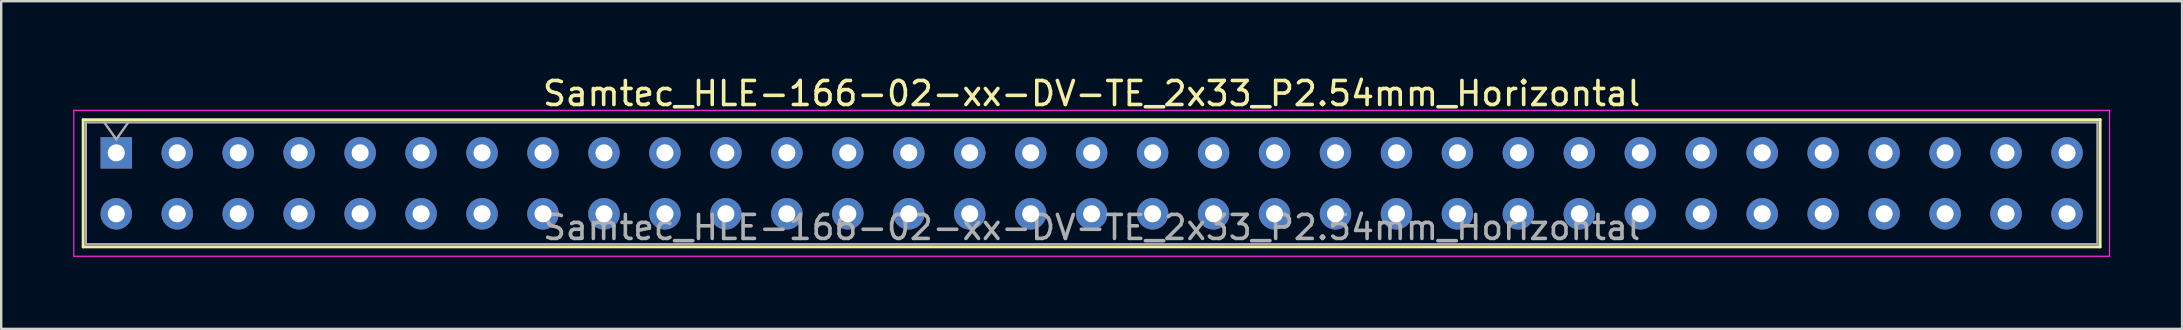
<source format=kicad_pcb>
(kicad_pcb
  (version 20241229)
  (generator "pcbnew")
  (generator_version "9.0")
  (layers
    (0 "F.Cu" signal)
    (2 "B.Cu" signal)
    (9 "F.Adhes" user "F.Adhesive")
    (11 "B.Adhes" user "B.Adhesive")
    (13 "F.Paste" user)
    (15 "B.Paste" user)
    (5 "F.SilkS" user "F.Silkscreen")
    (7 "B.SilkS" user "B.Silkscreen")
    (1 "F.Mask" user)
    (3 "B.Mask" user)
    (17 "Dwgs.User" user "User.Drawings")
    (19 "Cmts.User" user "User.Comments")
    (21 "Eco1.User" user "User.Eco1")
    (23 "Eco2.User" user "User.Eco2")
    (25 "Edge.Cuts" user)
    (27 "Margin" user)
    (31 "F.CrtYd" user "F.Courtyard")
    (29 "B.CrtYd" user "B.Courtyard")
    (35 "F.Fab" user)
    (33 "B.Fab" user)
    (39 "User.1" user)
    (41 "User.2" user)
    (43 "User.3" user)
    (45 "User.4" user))
  (footprint "Samtec_HLE-166-02-xx-DV-TE_2x33_P2.54mm_Horizontal"
    (layer "F.Cu")
    (at 1.795 3.318)
    (property "Reference" "Samtec_HLE-166-02-xx-DV-TE_2x33_P2.54mm_Horizontal" (at 40.64 -2.47 0) (layer "F.SilkS") (effects (font (size 1 1) (thickness 0.15))))
    (attr through_hole)
    (fp_line (start -1.38 -1.38) (end 82.66 -1.38) (stroke (width 0.12) (type solid)) (layer "F.SilkS"))
    (fp_line (start -1.38 3.92) (end -1.38 -1.38) (stroke (width 0.12) (type solid)) (layer "F.SilkS"))
    (fp_line (start 82.66 -1.38) (end 82.66 3.92) (stroke (width 0.12) (type solid)) (layer "F.SilkS"))
    (fp_line (start 82.66 3.92) (end -1.38 3.92) (stroke (width 0.12) (type solid)) (layer "F.SilkS"))
    (fp_line (start -1.77 -1.77) (end 83.05 -1.77) (stroke (width 0.05) (type solid)) (layer "F.CrtYd"))
    (fp_line (start -1.77 4.31) (end -1.77 -1.77) (stroke (width 0.05) (type solid)) (layer "F.CrtYd"))
    (fp_line (start 83.05 -1.77) (end 83.05 4.31) (stroke (width 0.05) (type solid)) (layer "F.CrtYd"))
    (fp_line (start 83.05 4.31) (end -1.77 4.31) (stroke (width 0.05) (type solid)) (layer "F.CrtYd"))
    (fp_line (start -1.27 -1.27) (end 82.55 -1.27) (stroke (width 0.1) (type solid)) (layer "F.Fab"))
    (fp_line (start -1.27 3.81) (end -1.27 -1.27) (stroke (width 0.1) (type solid)) (layer "F.Fab"))
    (fp_line (start -0.5 -1.27) (end 0 -0.563) (stroke (width 0.1) (type solid)) (layer "F.Fab"))
    (fp_line (start 0 -0.563) (end 0.5 -1.27) (stroke (width 0.1) (type solid)) (layer "F.Fab"))
    (fp_line (start 82.55 -1.27) (end 82.55 3.81) (stroke (width 0.1) (type solid)) (layer "F.Fab"))
    (fp_line (start 82.55 3.81) (end -1.27 3.81) (stroke (width 0.1) (type solid)) (layer "F.Fab"))
    (fp_text user "${REFERENCE}" (at 40.64 3.11 0) (layer "F.Fab") (effects (font (size 1 1) (thickness 0.15))))
    (pad "1" thru_hole rect (at 0 0) (size 1.31 1.31) (drill 0.71) (layers "*.Cu" "*.Mask"))
    (pad "2" thru_hole circle (at 0 2.54) (size 1.31 1.31) (drill 0.71) (layers "*.Cu" "*.Mask"))
    (pad "3" thru_hole circle (at 2.54 0) (size 1.31 1.31) (drill 0.71) (layers "*.Cu" "*.Mask"))
    (pad "4" thru_hole circle (at 2.54 2.54) (size 1.31 1.31) (drill 0.71) (layers "*.Cu" "*.Mask"))
    (pad "5" thru_hole circle (at 5.08 0) (size 1.31 1.31) (drill 0.71) (layers "*.Cu" "*.Mask"))
    (pad "6" thru_hole circle (at 5.08 2.54) (size 1.31 1.31) (drill 0.71) (layers "*.Cu" "*.Mask"))
    (pad "7" thru_hole circle (at 7.62 0) (size 1.31 1.31) (drill 0.71) (layers "*.Cu" "*.Mask"))
    (pad "8" thru_hole circle (at 7.62 2.54) (size 1.31 1.31) (drill 0.71) (layers "*.Cu" "*.Mask"))
    (pad "9" thru_hole circle (at 10.16 0) (size 1.31 1.31) (drill 0.71) (layers "*.Cu" "*.Mask"))
    (pad "10" thru_hole circle (at 10.16 2.54) (size 1.31 1.31) (drill 0.71) (layers "*.Cu" "*.Mask"))
    (pad "11" thru_hole circle (at 12.7 0) (size 1.31 1.31) (drill 0.71) (layers "*.Cu" "*.Mask"))
    (pad "12" thru_hole circle (at 12.7 2.54) (size 1.31 1.31) (drill 0.71) (layers "*.Cu" "*.Mask"))
    (pad "13" thru_hole circle (at 15.24 0) (size 1.31 1.31) (drill 0.71) (layers "*.Cu" "*.Mask"))
    (pad "14" thru_hole circle (at 15.24 2.54) (size 1.31 1.31) (drill 0.71) (layers "*.Cu" "*.Mask"))
    (pad "15" thru_hole circle (at 17.78 0) (size 1.31 1.31) (drill 0.71) (layers "*.Cu" "*.Mask"))
    (pad "16" thru_hole circle (at 17.78 2.54) (size 1.31 1.31) (drill 0.71) (layers "*.Cu" "*.Mask"))
    (pad "17" thru_hole circle (at 20.32 0) (size 1.31 1.31) (drill 0.71) (layers "*.Cu" "*.Mask"))
    (pad "18" thru_hole circle (at 20.32 2.54) (size 1.31 1.31) (drill 0.71) (layers "*.Cu" "*.Mask"))
    (pad "19" thru_hole circle (at 22.86 0) (size 1.31 1.31) (drill 0.71) (layers "*.Cu" "*.Mask"))
    (pad "20" thru_hole circle (at 22.86 2.54) (size 1.31 1.31) (drill 0.71) (layers "*.Cu" "*.Mask"))
    (pad "21" thru_hole circle (at 25.4 0) (size 1.31 1.31) (drill 0.71) (layers "*.Cu" "*.Mask"))
    (pad "22" thru_hole circle (at 25.4 2.54) (size 1.31 1.31) (drill 0.71) (layers "*.Cu" "*.Mask"))
    (pad "23" thru_hole circle (at 27.94 0) (size 1.31 1.31) (drill 0.71) (layers "*.Cu" "*.Mask"))
    (pad "24" thru_hole circle (at 27.94 2.54) (size 1.31 1.31) (drill 0.71) (layers "*.Cu" "*.Mask"))
    (pad "25" thru_hole circle (at 30.48 0) (size 1.31 1.31) (drill 0.71) (layers "*.Cu" "*.Mask"))
    (pad "26" thru_hole circle (at 30.48 2.54) (size 1.31 1.31) (drill 0.71) (layers "*.Cu" "*.Mask"))
    (pad "27" thru_hole circle (at 33.02 0) (size 1.31 1.31) (drill 0.71) (layers "*.Cu" "*.Mask"))
    (pad "28" thru_hole circle (at 33.02 2.54) (size 1.31 1.31) (drill 0.71) (layers "*.Cu" "*.Mask"))
    (pad "29" thru_hole circle (at 35.56 0) (size 1.31 1.31) (drill 0.71) (layers "*.Cu" "*.Mask"))
    (pad "30" thru_hole circle (at 35.56 2.54) (size 1.31 1.31) (drill 0.71) (layers "*.Cu" "*.Mask"))
    (pad "31" thru_hole circle (at 38.1 0) (size 1.31 1.31) (drill 0.71) (layers "*.Cu" "*.Mask"))
    (pad "32" thru_hole circle (at 38.1 2.54) (size 1.31 1.31) (drill 0.71) (layers "*.Cu" "*.Mask"))
    (pad "33" thru_hole circle (at 40.64 0) (size 1.31 1.31) (drill 0.71) (layers "*.Cu" "*.Mask"))
    (pad "34" thru_hole circle (at 40.64 2.54) (size 1.31 1.31) (drill 0.71) (layers "*.Cu" "*.Mask"))
    (pad "35" thru_hole circle (at 43.18 0) (size 1.31 1.31) (drill 0.71) (layers "*.Cu" "*.Mask"))
    (pad "36" thru_hole circle (at 43.18 2.54) (size 1.31 1.31) (drill 0.71) (layers "*.Cu" "*.Mask"))
    (pad "37" thru_hole circle (at 45.72 0) (size 1.31 1.31) (drill 0.71) (layers "*.Cu" "*.Mask"))
    (pad "38" thru_hole circle (at 45.72 2.54) (size 1.31 1.31) (drill 0.71) (layers "*.Cu" "*.Mask"))
    (pad "39" thru_hole circle (at 48.26 0) (size 1.31 1.31) (drill 0.71) (layers "*.Cu" "*.Mask"))
    (pad "40" thru_hole circle (at 48.26 2.54) (size 1.31 1.31) (drill 0.71) (layers "*.Cu" "*.Mask"))
    (pad "41" thru_hole circle (at 50.8 0) (size 1.31 1.31) (drill 0.71) (layers "*.Cu" "*.Mask"))
    (pad "42" thru_hole circle (at 50.8 2.54) (size 1.31 1.31) (drill 0.71) (layers "*.Cu" "*.Mask"))
    (pad "43" thru_hole circle (at 53.34 0) (size 1.31 1.31) (drill 0.71) (layers "*.Cu" "*.Mask"))
    (pad "44" thru_hole circle (at 53.34 2.54) (size 1.31 1.31) (drill 0.71) (layers "*.Cu" "*.Mask"))
    (pad "45" thru_hole circle (at 55.88 0) (size 1.31 1.31) (drill 0.71) (layers "*.Cu" "*.Mask"))
    (pad "46" thru_hole circle (at 55.88 2.54) (size 1.31 1.31) (drill 0.71) (layers "*.Cu" "*.Mask"))
    (pad "47" thru_hole circle (at 58.42 0) (size 1.31 1.31) (drill 0.71) (layers "*.Cu" "*.Mask"))
    (pad "48" thru_hole circle (at 58.42 2.54) (size 1.31 1.31) (drill 0.71) (layers "*.Cu" "*.Mask"))
    (pad "49" thru_hole circle (at 60.96 0) (size 1.31 1.31) (drill 0.71) (layers "*.Cu" "*.Mask"))
    (pad "50" thru_hole circle (at 60.96 2.54) (size 1.31 1.31) (drill 0.71) (layers "*.Cu" "*.Mask"))
    (pad "51" thru_hole circle (at 63.5 0) (size 1.31 1.31) (drill 0.71) (layers "*.Cu" "*.Mask"))
    (pad "52" thru_hole circle (at 63.5 2.54) (size 1.31 1.31) (drill 0.71) (layers "*.Cu" "*.Mask"))
    (pad "53" thru_hole circle (at 66.04 0) (size 1.31 1.31) (drill 0.71) (layers "*.Cu" "*.Mask"))
    (pad "54" thru_hole circle (at 66.04 2.54) (size 1.31 1.31) (drill 0.71) (layers "*.Cu" "*.Mask"))
    (pad "55" thru_hole circle (at 68.58 0) (size 1.31 1.31) (drill 0.71) (layers "*.Cu" "*.Mask"))
    (pad "56" thru_hole circle (at 68.58 2.54) (size 1.31 1.31) (drill 0.71) (layers "*.Cu" "*.Mask"))
    (pad "57" thru_hole circle (at 71.12 0) (size 1.31 1.31) (drill 0.71) (layers "*.Cu" "*.Mask"))
    (pad "58" thru_hole circle (at 71.12 2.54) (size 1.31 1.31) (drill 0.71) (layers "*.Cu" "*.Mask"))
    (pad "59" thru_hole circle (at 73.66 0) (size 1.31 1.31) (drill 0.71) (layers "*.Cu" "*.Mask"))
    (pad "60" thru_hole circle (at 73.66 2.54) (size 1.31 1.31) (drill 0.71) (layers "*.Cu" "*.Mask"))
    (pad "61" thru_hole circle (at 76.2 0) (size 1.31 1.31) (drill 0.71) (layers "*.Cu" "*.Mask"))
    (pad "62" thru_hole circle (at 76.2 2.54) (size 1.31 1.31) (drill 0.71) (layers "*.Cu" "*.Mask"))
    (pad "63" thru_hole circle (at 78.74 0) (size 1.31 1.31) (drill 0.71) (layers "*.Cu" "*.Mask"))
    (pad "64" thru_hole circle (at 78.74 2.54) (size 1.31 1.31) (drill 0.71) (layers "*.Cu" "*.Mask"))
    (pad "65" thru_hole circle (at 81.28 0) (size 1.31 1.31) (drill 0.71) (layers "*.Cu" "*.Mask"))
    (pad "66" thru_hole circle (at 81.28 2.54) (size 1.31 1.31) (drill 0.71) (layers "*.Cu" "*.Mask")))
  (gr_rect
    (start -3 -3)
    (end 87.87 10.653)
    (stroke (width 0.1) (type default))
    (fill no)
    (layer "Edge.Cuts")))
</source>
